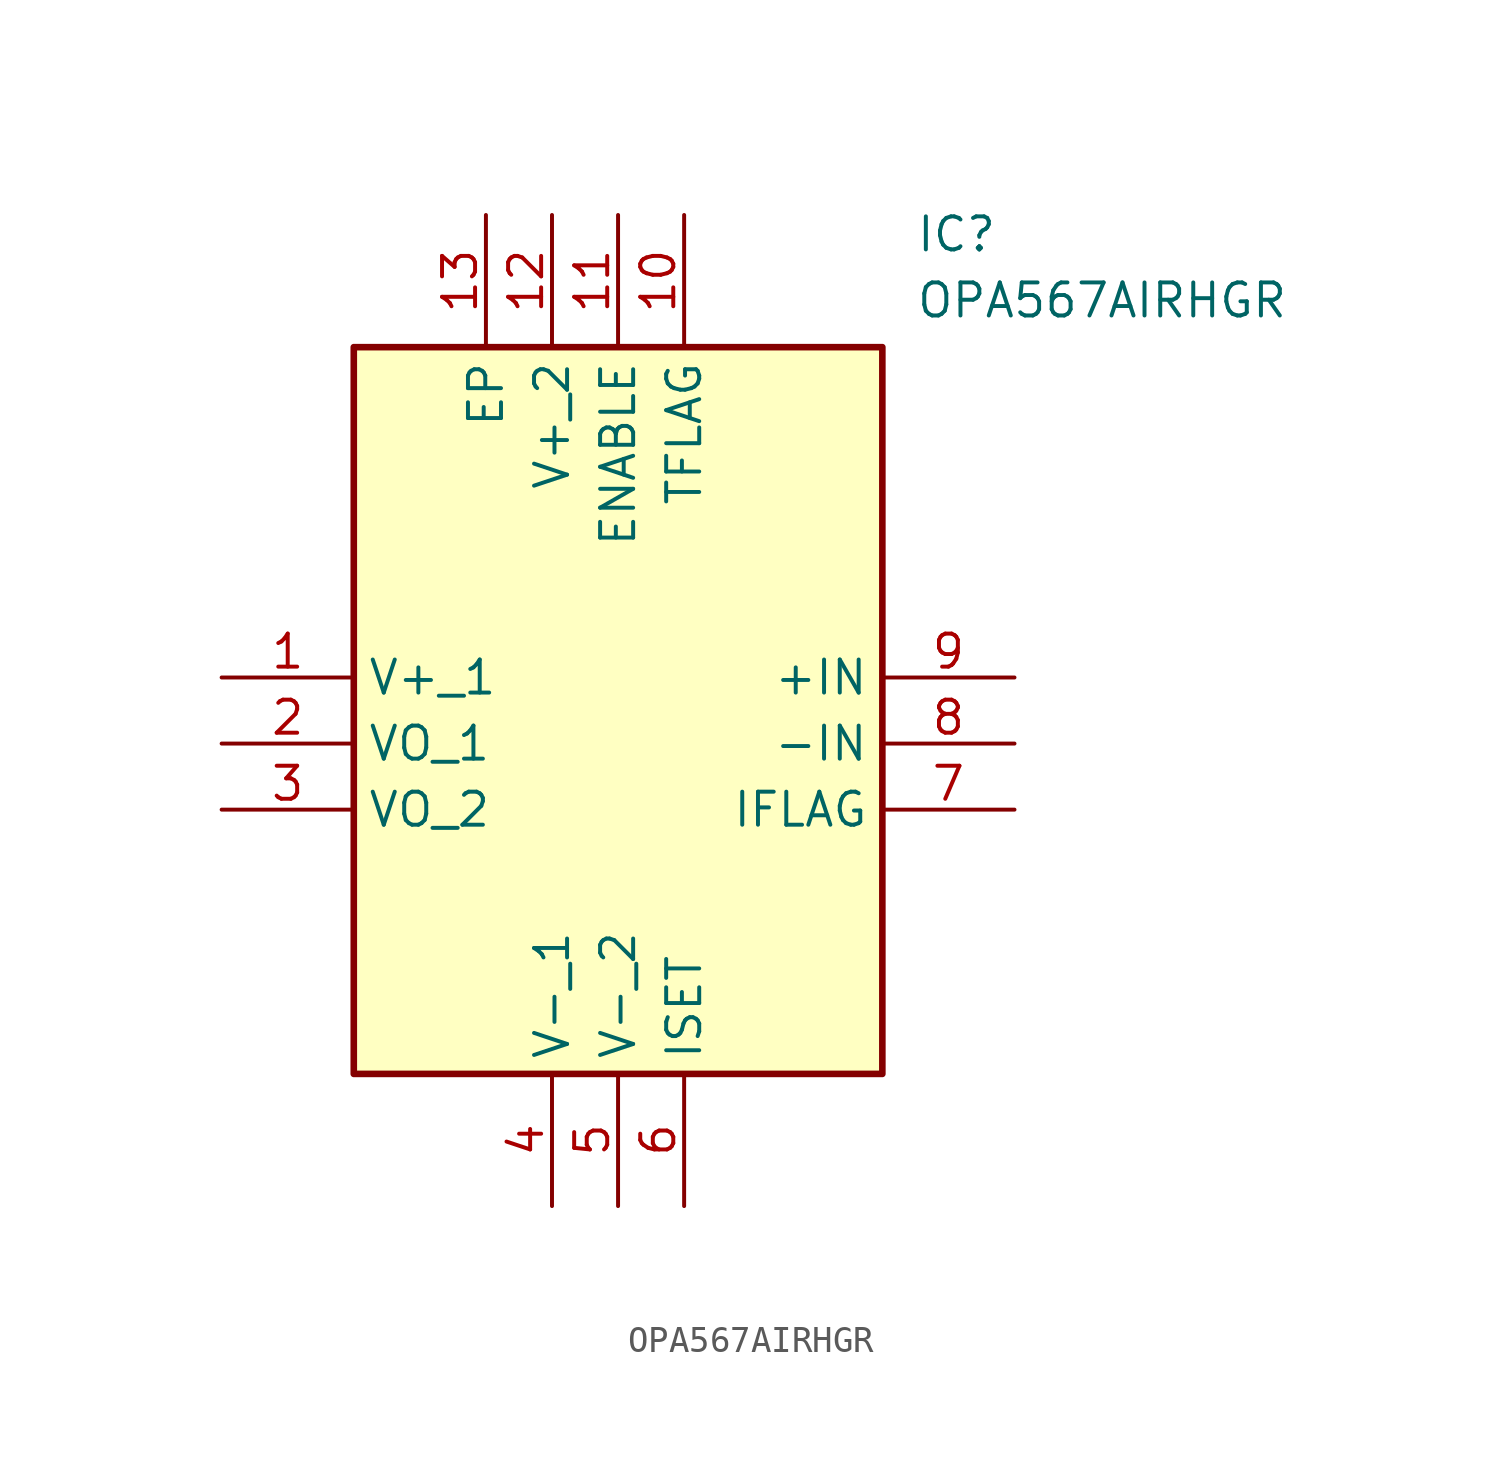
<source format=kicad_sym>
(kicad_symbol_lib
  (version 20211014)
  (generator SamacSys_ECAD_Model)
  (symbol "OPA567AIRHGR"
    (property "Reference" "IC"
      (at 26.67 17.78 0)
      (effects (font (size 1.27 1.27)) (justify left top)))
    (property "Value" "OPA567AIRHGR"
      (at 26.67 15.24 0)
      (effects (font (size 1.27 1.27)) (justify left top)))
    (rectangle
      (start 5.08 12.7)
      (end 25.4 -15.24)
      (stroke (width 0.254) (type default))
      (fill (type background)))
    (pin passive line
      (at 0 0 0)
      (length 5.08)
      (name "V+_1" (effects (font (size 1.27 1.27))))
      (number "1" (effects (font (size 1.27 1.27)))))
    (pin passive line
      (at 0 -2.54 0)
      (length 5.08)
      (name "VO_1" (effects (font (size 1.27 1.27))))
      (number "2" (effects (font (size 1.27 1.27)))))
    (pin passive line
      (at 0 -5.08 0)
      (length 5.08)
      (name "VO_2" (effects (font (size 1.27 1.27))))
      (number "3" (effects (font (size 1.27 1.27)))))
    (pin passive line
      (at 12.7 -20.32 90)
      (length 5.08)
      (name "V-_1" (effects (font (size 1.27 1.27))))
      (number "4" (effects (font (size 1.27 1.27)))))
    (pin passive line
      (at 15.24 -20.32 90)
      (length 5.08)
      (name "V-_2" (effects (font (size 1.27 1.27))))
      (number "5" (effects (font (size 1.27 1.27)))))
    (pin passive line
      (at 17.78 -20.32 90)
      (length 5.08)
      (name "ISET" (effects (font (size 1.27 1.27))))
      (number "6" (effects (font (size 1.27 1.27)))))
    (pin passive line
      (at 30.48 0 180)
      (length 5.08)
      (name "+IN" (effects (font (size 1.27 1.27))))
      (number "9" (effects (font (size 1.27 1.27)))))
    (pin passive line
      (at 30.48 -2.54 180)
      (length 5.08)
      (name "-IN" (effects (font (size 1.27 1.27))))
      (number "8" (effects (font (size 1.27 1.27)))))
    (pin passive line
      (at 30.48 -5.08 180)
      (length 5.08)
      (name "IFLAG" (effects (font (size 1.27 1.27))))
      (number "7" (effects (font (size 1.27 1.27)))))
    (pin passive line
      (at 10.16 17.78 270)
      (length 5.08)
      (name "EP" (effects (font (size 1.27 1.27))))
      (number "13" (effects (font (size 1.27 1.27)))))
    (pin passive line
      (at 12.7 17.78 270)
      (length 5.08)
      (name "V+_2" (effects (font (size 1.27 1.27))))
      (number "12" (effects (font (size 1.27 1.27)))))
    (pin passive line
      (at 15.24 17.78 270)
      (length 5.08)
      (name "ENABLE" (effects (font (size 1.27 1.27))))
      (number "11" (effects (font (size 1.27 1.27)))))
    (pin passive line
      (at 17.78 17.78 270)
      (length 5.08)
      (name "TFLAG" (effects (font (size 1.27 1.27))))
      (number "10" (effects (font (size 1.27 1.27)))))))
</source>
